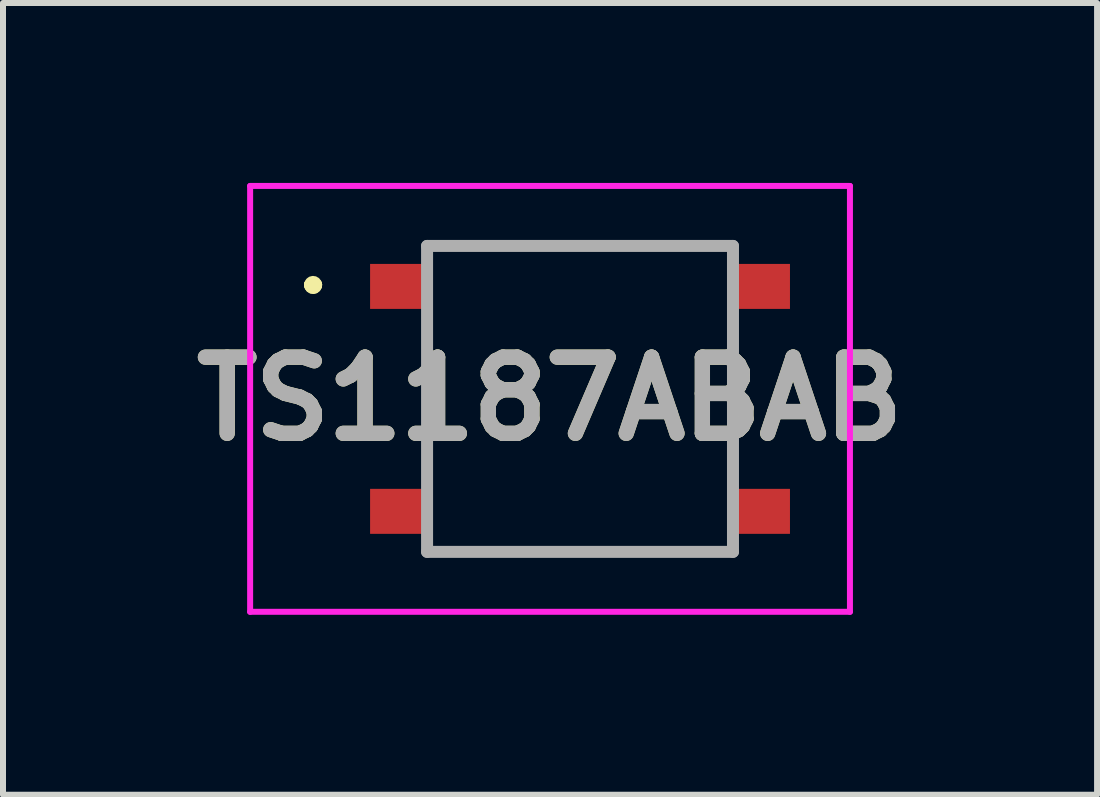
<source format=kicad_pcb>
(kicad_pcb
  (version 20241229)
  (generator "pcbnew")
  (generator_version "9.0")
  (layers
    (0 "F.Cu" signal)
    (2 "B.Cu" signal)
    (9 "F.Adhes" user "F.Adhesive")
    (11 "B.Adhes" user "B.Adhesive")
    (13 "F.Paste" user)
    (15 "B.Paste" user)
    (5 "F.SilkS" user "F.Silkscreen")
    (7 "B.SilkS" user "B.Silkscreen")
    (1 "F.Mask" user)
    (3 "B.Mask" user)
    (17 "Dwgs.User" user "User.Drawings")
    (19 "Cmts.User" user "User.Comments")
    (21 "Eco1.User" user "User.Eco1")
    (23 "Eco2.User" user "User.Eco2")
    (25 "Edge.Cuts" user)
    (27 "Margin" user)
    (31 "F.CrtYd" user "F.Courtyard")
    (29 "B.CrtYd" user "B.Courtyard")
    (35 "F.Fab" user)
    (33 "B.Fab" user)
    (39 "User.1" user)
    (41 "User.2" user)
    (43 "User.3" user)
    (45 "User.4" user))
  (footprint "TS1187ABAB"
    (layer "F.Cu")
    (at 6.62 3.6)
    (property "Reference" "TS1187ABAB" (at -0.5 0 0) (layer "F.SilkS") (effects (font (size 1.27 1.27) (thickness 0.254))))
    (attr smd)
    (fp_line (start -4.5 -1.9) (end -4.5 -1.9) (stroke (width 0.2) (type solid)) (layer "F.SilkS"))
    (fp_line (start -4.5 -1.9) (end -4.5 -1.9) (stroke (width 0.2) (type solid)) (layer "F.SilkS"))
    (fp_line (start -4.4 -1.9) (end -4.4 -1.9) (stroke (width 0.2) (type solid)) (layer "F.SilkS"))
    (fp_line (start -2.55 -1) (end -2.55 1) (stroke (width 0.1) (type solid)) (layer "F.SilkS"))
    (fp_line (start -2 -2.55) (end 2 -2.55) (stroke (width 0.1) (type solid)) (layer "F.SilkS"))
    (fp_line (start -2 2.55) (end 2 2.55) (stroke (width 0.1) (type solid)) (layer "F.SilkS"))
    (fp_line (start 2.55 -1) (end 2.55 1) (stroke (width 0.1) (type solid)) (layer "F.SilkS"))
    (fp_arc (start -4.5 -1.9) (mid -4.45 -1.95) (end -4.4 -1.9) (stroke (width 0.2) (type solid)) (layer "F.SilkS"))
    (fp_arc (start -4.4 -1.9) (mid -4.45 -1.85) (end -4.5 -1.9) (stroke (width 0.2) (type solid)) (layer "F.SilkS"))
    (fp_arc (start -4.4 -1.9) (mid -4.45 -1.85) (end -4.5 -1.9) (stroke (width 0.2) (type solid)) (layer "F.SilkS"))
    (fp_line (start -5.5 -3.55) (end 4.5 -3.55) (stroke (width 0.1) (type solid)) (layer "F.CrtYd"))
    (fp_line (start -5.5 3.55) (end -5.5 -3.55) (stroke (width 0.1) (type solid)) (layer "F.CrtYd"))
    (fp_line (start 4.5 -3.55) (end 4.5 3.55) (stroke (width 0.1) (type solid)) (layer "F.CrtYd"))
    (fp_line (start 4.5 3.55) (end -5.5 3.55) (stroke (width 0.1) (type solid)) (layer "F.CrtYd"))
    (fp_line (start -2.55 -2.55) (end -2.55 2.55) (stroke (width 0.2) (type solid)) (layer "F.Fab"))
    (fp_line (start -2.55 2.55) (end 2.55 2.55) (stroke (width 0.2) (type solid)) (layer "F.Fab"))
    (fp_line (start 2.55 -2.55) (end -2.55 -2.55) (stroke (width 0.2) (type solid)) (layer "F.Fab"))
    (fp_line (start 2.55 2.55) (end 2.55 -2.55) (stroke (width 0.2) (type solid)) (layer "F.Fab"))
    (fp_text user "${REFERENCE}" (at -0.5 0 0) (layer "F.Fab") (effects (font (size 1.27 1.27) (thickness 0.254))))
    (pad "A1" smd rect (at -3 -1.875 90) (size 0.75 1) (layers "F.Cu" "F.Mask" "F.Paste"))
    (pad "B1" smd rect (at 3 -1.875 90) (size 0.75 1) (layers "F.Cu" "F.Mask" "F.Paste"))
    (pad "C1" smd rect (at -3 1.875 90) (size 0.75 1) (layers "F.Cu" "F.Mask" "F.Paste"))
    (pad "D1" smd rect (at 3 1.875 90) (size 0.75 1) (layers "F.Cu" "F.Mask" "F.Paste")))
  (gr_rect
    (start -3 -3)
    (end 15.24 10.2)
    (stroke (width 0.1) (type default))
    (fill no)
    (layer "Edge.Cuts")))
</source>
